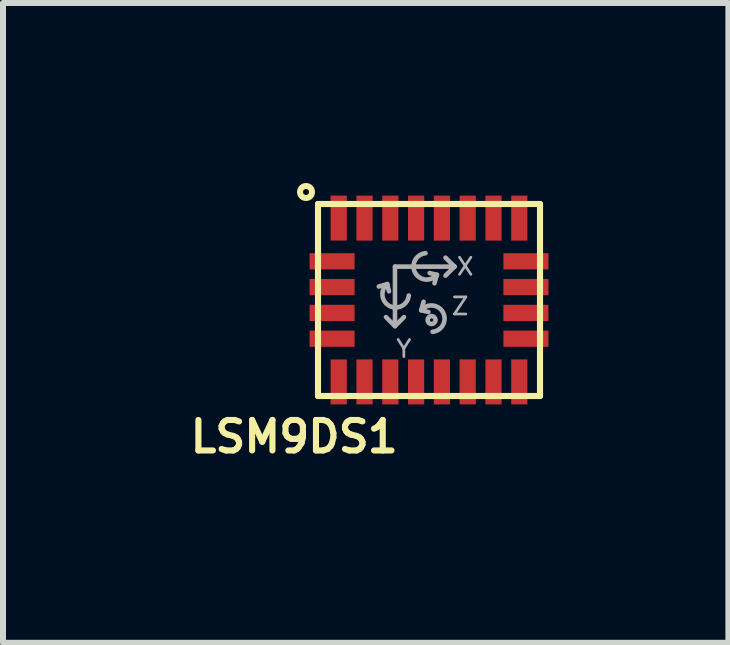
<source format=kicad_pcb>
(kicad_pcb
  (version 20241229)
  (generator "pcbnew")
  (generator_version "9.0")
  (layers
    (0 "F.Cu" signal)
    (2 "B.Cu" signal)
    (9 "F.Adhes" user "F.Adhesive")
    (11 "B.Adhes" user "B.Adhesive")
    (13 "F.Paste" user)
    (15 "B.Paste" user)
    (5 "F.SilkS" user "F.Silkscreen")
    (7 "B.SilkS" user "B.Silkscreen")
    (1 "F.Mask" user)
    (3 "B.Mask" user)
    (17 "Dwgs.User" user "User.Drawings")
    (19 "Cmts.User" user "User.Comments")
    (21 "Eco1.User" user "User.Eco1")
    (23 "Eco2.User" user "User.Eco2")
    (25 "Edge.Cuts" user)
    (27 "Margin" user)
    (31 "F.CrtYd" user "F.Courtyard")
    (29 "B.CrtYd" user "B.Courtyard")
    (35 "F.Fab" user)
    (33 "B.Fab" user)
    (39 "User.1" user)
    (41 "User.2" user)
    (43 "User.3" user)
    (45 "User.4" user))
  (footprint "LSM9DS1"
    (layer "F.Cu")
    (at 4.1 1.95)
    (property "Reference" "LSM9DS1" (at -0.462 2.575 180) (layer "F.SilkS") (effects (font (size 0.508 0.508) (thickness 0.102)) (justify right bottom)))
    (attr smd)
    (fp_line (start -1.85 -1.6) (end 1.85 -1.6) (stroke (width 0.102) (type solid)) (layer "F.SilkS"))
    (fp_line (start -1.85 1.6) (end -1.85 -1.6) (stroke (width 0.102) (type solid)) (layer "F.SilkS"))
    (fp_line (start 1.85 -1.6) (end 1.85 1.6) (stroke (width 0.102) (type solid)) (layer "F.SilkS"))
    (fp_line (start 1.85 1.6) (end -1.85 1.6) (stroke (width 0.102) (type solid)) (layer "F.SilkS"))
    (fp_circle (center -2.05 -1.8) (end -1.95 -1.8) (stroke (width 0.1) (type solid)) (fill no) (layer "F.SilkS"))
    (fp_line (start -0.697 -0.265) (end -0.837 -0.225) (stroke (width 0.076) (type solid)) (layer "F.Fab"))
    (fp_line (start -0.697 -0.265) (end -0.667 -0.145) (stroke (width 0.076) (type solid)) (layer "F.Fab"))
    (fp_line (start -0.567 0.432) (end -0.567 -0.556) (stroke (width 0.076) (type solid)) (layer "F.Fab"))
    (fp_line (start -0.567 0.435) (end -0.717 0.285) (stroke (width 0.076) (type solid)) (layer "F.Fab"))
    (fp_line (start -0.567 0.435) (end -0.417 0.285) (stroke (width 0.076) (type solid)) (layer "F.Fab"))
    (fp_line (start -0.13 0.17) (end -0.09 0.03) (stroke (width 0.076) (type solid)) (layer "F.Fab"))
    (fp_line (start -0.13 0.17) (end -0.01 0.2) (stroke (width 0.076) (type solid)) (layer "F.Fab"))
    (fp_line (start 0.131 -0.419) (end 0.011 -0.449) (stroke (width 0.076) (type solid)) (layer "F.Fab"))
    (fp_line (start 0.131 -0.419) (end 0.091 -0.279) (stroke (width 0.076) (type solid)) (layer "F.Fab"))
    (fp_line (start 0.425 -0.556) (end -0.567 -0.556) (stroke (width 0.076) (type solid)) (layer "F.Fab"))
    (fp_line (start 0.425 -0.556) (end 0.275 -0.706) (stroke (width 0.076) (type solid)) (layer "F.Fab"))
    (fp_line (start 0.425 -0.556) (end 0.275 -0.406) (stroke (width 0.076) (type solid)) (layer "F.Fab"))
    (fp_arc (start -0.337 -0.075) (mid -0.659177 0.09939) (end -0.697 -0.264999) (stroke (width 0.0762) (type solid)) (layer "F.Fab"))
    (fp_arc (start -0.130001 0.169999) (mid 0.234389 0.207821) (end 0.06 0.53) (stroke (width 0.0762) (type solid)) (layer "F.Fab"))
    (fp_arc (start 0.131401 -0.419399) (mid -0.232989 -0.457221) (end -0.0586 -0.7794) (stroke (width 0.0762) (type solid)) (layer "F.Fab"))
    (fp_circle (center 0.043 0.334) (end 0.071 0.334) (stroke (width 0.076) (type solid)) (fill no) (layer "F.Fab"))
    (fp_text user "Z" (at 0.354 -0.063 0) (layer "F.Fab") (effects (font (size 0.285 0.285) (thickness 0.045)) (justify left top)))
    (fp_text user "Y" (at -0.571 0.647 0) (layer "F.Fab") (effects (font (size 0.285 0.285) (thickness 0.045)) (justify left top)))
    (fp_text user "X" (at 0.603 -0.557 0) (layer "F.Fab") (effects (font (size 0.285 0.285) (thickness 0.045))))
    (pad "1" smd rect (at -1.505 -1.365 90) (size 0.75 0.27) (layers "F.Cu" "F.Mask" "F.Paste"))
    (pad "2" smd rect (at -1.615 -0.645 180) (size 0.75 0.27) (layers "F.Cu" "F.Mask" "F.Paste"))
    (pad "3" smd rect (at -1.615 -0.215 180) (size 0.75 0.27) (layers "F.Cu" "F.Mask" "F.Paste"))
    (pad "4" smd rect (at -1.615 0.215 180) (size 0.75 0.27) (layers "F.Cu" "F.Mask" "F.Paste"))
    (pad "5" smd rect (at -1.615 0.645 180) (size 0.75 0.27) (layers "F.Cu" "F.Mask" "F.Paste"))
    (pad "6" smd rect (at -1.505 1.365 270) (size 0.75 0.27) (layers "F.Cu" "F.Mask" "F.Paste"))
    (pad "7" smd rect (at -1.075 1.365 270) (size 0.75 0.27) (layers "F.Cu" "F.Mask" "F.Paste"))
    (pad "8" smd rect (at -0.645 1.365 270) (size 0.75 0.27) (layers "F.Cu" "F.Mask" "F.Paste"))
    (pad "9" smd rect (at -0.215 1.365 270) (size 0.75 0.27) (layers "F.Cu" "F.Mask" "F.Paste"))
    (pad "10" smd rect (at 0.215 1.365 270) (size 0.75 0.27) (layers "F.Cu" "F.Mask" "F.Paste"))
    (pad "11" smd rect (at 0.645 1.365 270) (size 0.75 0.27) (layers "F.Cu" "F.Mask" "F.Paste"))
    (pad "12" smd rect (at 1.075 1.365 270) (size 0.75 0.27) (layers "F.Cu" "F.Mask" "F.Paste"))
    (pad "13" smd rect (at 1.505 1.365 270) (size 0.75 0.27) (layers "F.Cu" "F.Mask" "F.Paste"))
    (pad "14" smd rect (at 1.615 0.645) (size 0.75 0.27) (layers "F.Cu" "F.Mask" "F.Paste"))
    (pad "15" smd rect (at 1.615 0.215) (size 0.75 0.27) (layers "F.Cu" "F.Mask" "F.Paste"))
    (pad "16" smd rect (at 1.615 -0.215) (size 0.75 0.27) (layers "F.Cu" "F.Mask" "F.Paste"))
    (pad "17" smd rect (at 1.615 -0.645) (size 0.75 0.27) (layers "F.Cu" "F.Mask" "F.Paste"))
    (pad "18" smd rect (at 1.505 -1.365 90) (size 0.75 0.27) (layers "F.Cu" "F.Mask" "F.Paste"))
    (pad "19" smd rect (at 1.075 -1.365 90) (size 0.75 0.27) (layers "F.Cu" "F.Mask" "F.Paste"))
    (pad "20" smd rect (at 0.645 -1.365 90) (size 0.75 0.27) (layers "F.Cu" "F.Mask" "F.Paste"))
    (pad "21" smd rect (at 0.215 -1.365 90) (size 0.75 0.27) (layers "F.Cu" "F.Mask" "F.Paste"))
    (pad "22" smd rect (at -0.215 -1.365 90) (size 0.75 0.27) (layers "F.Cu" "F.Mask" "F.Paste"))
    (pad "23" smd rect (at -0.645 -1.365 90) (size 0.75 0.27) (layers "F.Cu" "F.Mask" "F.Paste"))
    (pad "24" smd rect (at -1.075 -1.365 90) (size 0.75 0.27) (layers "F.Cu" "F.Mask" "F.Paste")))
  (gr_rect
    (start -3 -3)
    (end 9.09 7.663)
    (stroke (width 0.1) (type default))
    (fill no)
    (layer "Edge.Cuts")))
</source>
